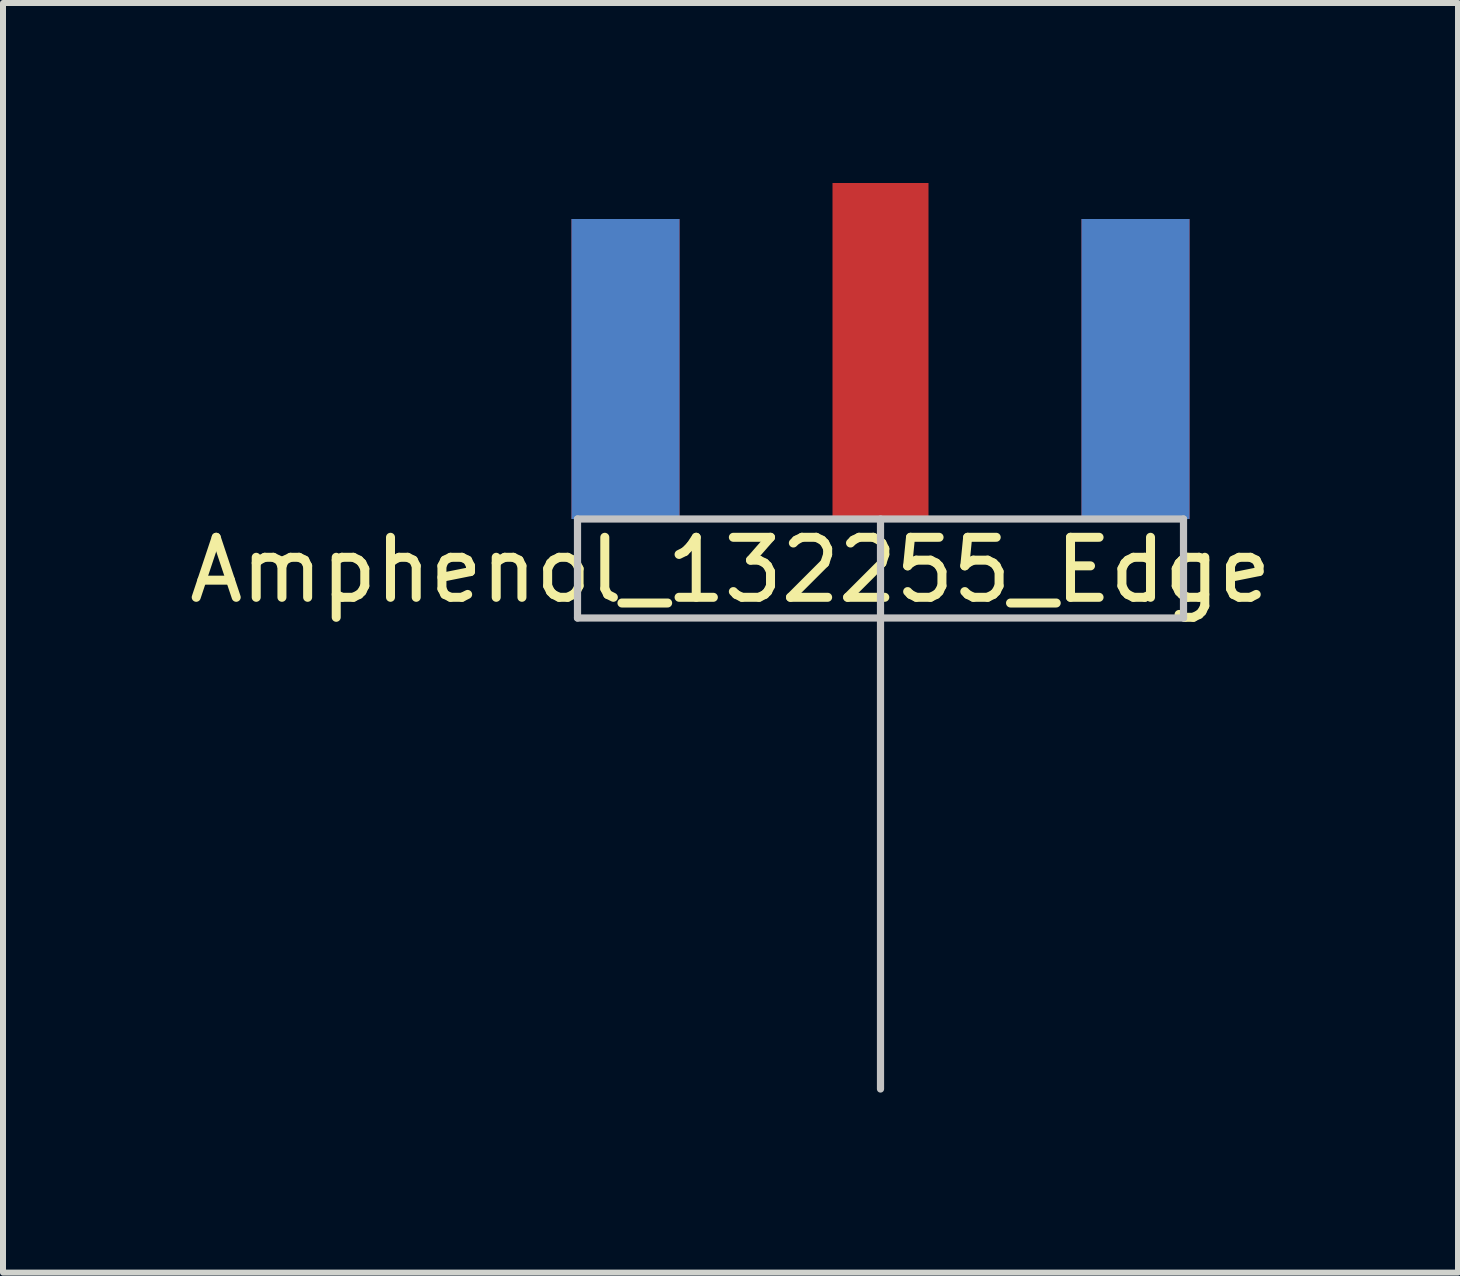
<source format=kicad_pcb>
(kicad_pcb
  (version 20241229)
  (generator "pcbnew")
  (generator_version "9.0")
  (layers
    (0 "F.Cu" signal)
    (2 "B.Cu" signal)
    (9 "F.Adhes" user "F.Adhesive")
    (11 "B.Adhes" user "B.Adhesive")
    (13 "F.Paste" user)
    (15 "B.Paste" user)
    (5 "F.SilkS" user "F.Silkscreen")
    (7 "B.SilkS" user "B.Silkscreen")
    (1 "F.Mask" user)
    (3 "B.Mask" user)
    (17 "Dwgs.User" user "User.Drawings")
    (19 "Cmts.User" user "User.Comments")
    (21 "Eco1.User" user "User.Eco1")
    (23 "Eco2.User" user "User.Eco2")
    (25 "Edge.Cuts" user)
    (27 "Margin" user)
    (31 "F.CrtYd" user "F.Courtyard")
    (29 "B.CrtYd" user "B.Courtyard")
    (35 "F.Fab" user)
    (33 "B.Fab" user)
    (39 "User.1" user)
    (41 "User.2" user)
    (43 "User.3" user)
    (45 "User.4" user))
  (footprint "Amphenol_132255_Edge"
    (layer "F.Cu")
    (at 11.625 5.6)
    (property "Reference" "Amphenol_132255_Edge" (at -2.5 0.85 0) (layer "F.SilkS") (effects (font (size 1 1) (thickness 0.15))))
    (attr smd)
    (fp_line (start -5.05 0) (end -5.05 1.65) (stroke (width 0.12) (type solid)) (layer "Dwgs.User"))
    (fp_line (start -5.05 1.65) (end 5.05 1.65) (stroke (width 0.12) (type solid)) (layer "Dwgs.User"))
    (fp_line (start 0 0) (end 0 9.5) (stroke (width 0.12) (type solid)) (layer "Dwgs.User"))
    (fp_line (start 5.05 0) (end -5.05 0) (stroke (width 0.12) (type solid)) (layer "Dwgs.User"))
    (fp_line (start 5.05 1.65) (end 5.05 0) (stroke (width 0.12) (type solid)) (layer "Dwgs.User"))
    (pad "1" smd rect (at 0 0) (size 1.6 5.6) (drill (offset 0 -2.8)) (layers "F.Cu" "F.Mask" "F.Paste"))
    (pad "2" smd rect (at -4.25 -0.05) (size 1.8 5) (drill (offset 0 -2.45)) (layers "F.Cu" "F.Mask" "F.Paste"))
    (pad "2" smd rect (at -4.25 -0.05) (size 1.8 5) (drill (offset 0 -2.45)) (layers "B.Cu" "B.Mask" "B.Paste"))
    (pad "2" smd rect (at 4.25 -0.05) (size 1.8 5) (drill (offset 0 -2.45)) (layers "F.Cu" "F.Mask" "F.Paste"))
    (pad "2" smd rect (at 4.25 -0.05) (size 1.8 5) (drill (offset 0 -2.45)) (layers "B.Cu" "B.Mask" "B.Paste")))
  (gr_rect
    (start -3 -3)
    (end 21.25 18.16)
    (stroke (width 0.1) (type default))
    (fill no)
    (layer "Edge.Cuts")))
</source>
